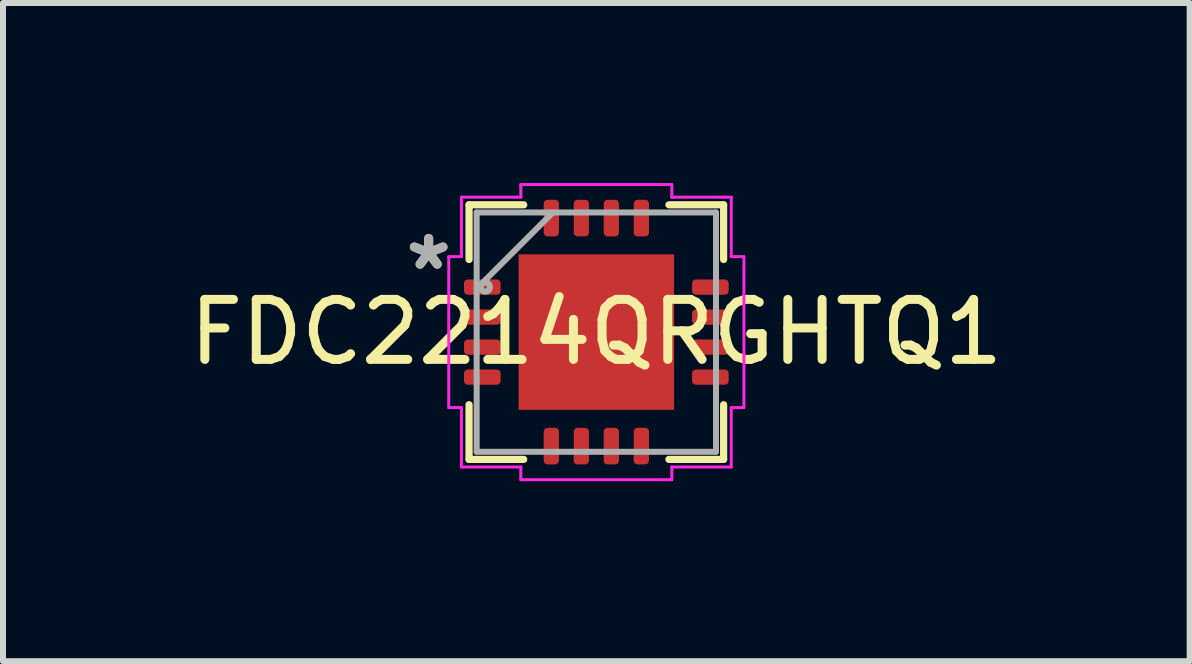
<source format=kicad_pcb>
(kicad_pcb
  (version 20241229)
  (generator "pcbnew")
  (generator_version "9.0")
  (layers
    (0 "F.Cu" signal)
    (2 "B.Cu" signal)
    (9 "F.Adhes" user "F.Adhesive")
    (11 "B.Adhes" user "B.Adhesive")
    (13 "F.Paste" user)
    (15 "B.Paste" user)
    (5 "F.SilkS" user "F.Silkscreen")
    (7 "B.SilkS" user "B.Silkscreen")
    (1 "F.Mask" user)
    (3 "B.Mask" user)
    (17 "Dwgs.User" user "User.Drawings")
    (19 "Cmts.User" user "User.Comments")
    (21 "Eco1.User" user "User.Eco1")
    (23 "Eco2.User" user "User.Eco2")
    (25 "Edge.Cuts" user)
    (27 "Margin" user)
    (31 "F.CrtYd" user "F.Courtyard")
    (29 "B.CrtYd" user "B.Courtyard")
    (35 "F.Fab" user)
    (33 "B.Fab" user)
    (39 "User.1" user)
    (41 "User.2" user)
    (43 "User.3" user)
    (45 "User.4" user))
  (footprint "FDC2214QRGHTQ1"
    (layer "F.Cu")
    (at 6.887 2.484)
    (property "Reference" "FDC2214QRGHTQ1" (at 0 0 0) (layer "F.SilkS") (effects (font (size 1 1) (thickness 0.15))))
    (attr smd)
    (fp_poly (pts (xy -1.359 -1.359) (xy -0.987 -1.359) (xy -0.987 1.359) (xy -1.359 1.359)) (stroke (width 0.1) (type solid)) (fill yes) (layer "F.Mask"))
    (fp_poly (pts (xy -1.359 -1.359) (xy 1.359 -1.359) (xy 1.359 -0.987) (xy -1.359 -0.987)) (stroke (width 0.1) (type solid)) (fill yes) (layer "F.Mask"))
    (fp_poly (pts (xy -1.359 -0.587) (xy 1.359 -0.587) (xy 1.359 -0.2) (xy -1.359 -0.2)) (stroke (width 0.1) (type solid)) (fill yes) (layer "F.Mask"))
    (fp_poly (pts (xy -1.359 0.2) (xy 1.359 0.2) (xy 1.359 0.587) (xy -1.359 0.587)) (stroke (width 0.1) (type solid)) (fill yes) (layer "F.Mask"))
    (fp_poly (pts (xy -1.359 0.987) (xy 1.359 0.987) (xy 1.359 1.359) (xy -1.359 1.359)) (stroke (width 0.1) (type solid)) (fill yes) (layer "F.Mask"))
    (fp_poly (pts (xy -0.2 -1.359) (xy -0.587 -1.359) (xy -0.587 1.359) (xy -0.2 1.359)) (stroke (width 0.1) (type solid)) (fill yes) (layer "F.Mask"))
    (fp_poly (pts (xy 0.587 -1.359) (xy 0.2 -1.359) (xy 0.2 1.359) (xy 0.587 1.359)) (stroke (width 0.1) (type solid)) (fill yes) (layer "F.Mask"))
    (fp_poly (pts (xy 0.987 -1.359) (xy 1.359 -1.359) (xy 1.359 1.359) (xy 0.987 1.359)) (stroke (width 0.1) (type solid)) (fill yes) (layer "F.Mask"))
    (fp_line (start -2.121 -2.121) (end -2.121 -1.21) (stroke (width 0.12) (type solid)) (layer "F.SilkS"))
    (fp_line (start -2.121 1.21) (end -2.121 2.121) (stroke (width 0.12) (type solid)) (layer "F.SilkS"))
    (fp_line (start -2.121 2.121) (end -1.21 2.121) (stroke (width 0.12) (type solid)) (layer "F.SilkS"))
    (fp_line (start -1.21 -2.121) (end -2.121 -2.121) (stroke (width 0.12) (type solid)) (layer "F.SilkS"))
    (fp_line (start 1.21 2.121) (end 2.121 2.121) (stroke (width 0.12) (type solid)) (layer "F.SilkS"))
    (fp_line (start 2.121 -2.121) (end 1.21 -2.121) (stroke (width 0.12) (type solid)) (layer "F.SilkS"))
    (fp_line (start 2.121 -1.21) (end 2.121 -2.121) (stroke (width 0.12) (type solid)) (layer "F.SilkS"))
    (fp_line (start 2.121 2.121) (end 2.121 1.21) (stroke (width 0.12) (type solid)) (layer "F.SilkS"))
    (fp_poly (pts (xy -1.22 -1.22) (xy -1.22 -0.887) (xy -1.029 -0.887) (xy -0.887 -1.029) (xy -0.887 -1.22)) (stroke (width 0.1) (type solid)) (fill yes) (layer "F.Paste"))
    (fp_poly (pts (xy -1.22 0.887) (xy -1.22 1.22) (xy -0.887 1.22) (xy -0.887 1.029) (xy -1.029 0.887)) (stroke (width 0.1) (type solid)) (fill yes) (layer "F.Paste"))
    (fp_poly (pts (xy 0.887 -1.22) (xy 0.887 -1.029) (xy 1.029 -0.887) (xy 1.22 -0.887) (xy 1.22 -1.22)) (stroke (width 0.1) (type solid)) (fill yes) (layer "F.Paste"))
    (fp_poly (pts (xy 1.029 0.887) (xy 0.887 1.029) (xy 0.887 1.22) (xy 1.22 1.22) (xy 1.22 0.887)) (stroke (width 0.1) (type solid)) (fill yes) (layer "F.Paste"))
    (fp_poly (pts (xy -1.22 -0.687) (xy -1.22 -0.1) (xy -1.029 -0.1) (xy -0.887 -0.241) (xy -0.887 -0.546) (xy -1.029 -0.687)) (stroke (width 0.1) (type solid)) (fill yes) (layer "F.Paste"))
    (fp_poly (pts (xy -1.22 0.1) (xy -1.22 0.687) (xy -1.029 0.687) (xy -0.887 0.546) (xy -0.887 0.241) (xy -1.029 0.1)) (stroke (width 0.1) (type solid)) (fill yes) (layer "F.Paste"))
    (fp_poly (pts (xy -0.687 -1.22) (xy -0.687 -1.029) (xy -0.546 -0.887) (xy -0.241 -0.887) (xy -0.1 -1.029) (xy -0.1 -1.22)) (stroke (width 0.1) (type solid)) (fill yes) (layer "F.Paste"))
    (fp_poly (pts (xy -0.546 0.887) (xy -0.687 1.029) (xy -0.687 1.22) (xy -0.1 1.22) (xy -0.1 1.029) (xy -0.241 0.887)) (stroke (width 0.1) (type solid)) (fill yes) (layer "F.Paste"))
    (fp_poly (pts (xy 0.1 -1.22) (xy 0.1 -1.029) (xy 0.241 -0.887) (xy 0.546 -0.887) (xy 0.687 -1.029) (xy 0.687 -1.22)) (stroke (width 0.1) (type solid)) (fill yes) (layer "F.Paste"))
    (fp_poly (pts (xy 0.241 0.887) (xy 0.1 1.029) (xy 0.1 1.22) (xy 0.687 1.22) (xy 0.687 1.029) (xy 0.546 0.887)) (stroke (width 0.1) (type solid)) (fill yes) (layer "F.Paste"))
    (fp_poly (pts (xy 1.029 -0.687) (xy 0.887 -0.546) (xy 0.887 -0.241) (xy 1.029 -0.1) (xy 1.22 -0.1) (xy 1.22 -0.687)) (stroke (width 0.1) (type solid)) (fill yes) (layer "F.Paste"))
    (fp_poly (pts (xy 1.029 0.1) (xy 0.887 0.241) (xy 0.887 0.546) (xy 1.029 0.687) (xy 1.22 0.687) (xy 1.22 0.1)) (stroke (width 0.1) (type solid)) (fill yes) (layer "F.Paste"))
    (fp_poly (pts (xy -0.546 -0.687) (xy -0.687 -0.546) (xy -0.687 -0.241) (xy -0.546 -0.1) (xy -0.241 -0.1) (xy -0.1 -0.241) (xy -0.1 -0.546) (xy -0.241 -0.687)) (stroke (width 0.1) (type solid)) (fill yes) (layer "F.Paste"))
    (fp_poly (pts (xy -0.546 0.1) (xy -0.687 0.241) (xy -0.687 0.546) (xy -0.546 0.687) (xy -0.241 0.687) (xy -0.1 0.546) (xy -0.1 0.241) (xy -0.241 0.1)) (stroke (width 0.1) (type solid)) (fill yes) (layer "F.Paste"))
    (fp_poly (pts (xy 0.241 -0.687) (xy 0.1 -0.546) (xy 0.1 -0.241) (xy 0.241 -0.1) (xy 0.546 -0.1) (xy 0.687 -0.241) (xy 0.687 -0.546) (xy 0.546 -0.687)) (stroke (width 0.1) (type solid)) (fill yes) (layer "F.Paste"))
    (fp_poly (pts (xy 0.241 0.1) (xy 0.1 0.241) (xy 0.1 0.546) (xy 0.241 0.687) (xy 0.546 0.687) (xy 0.687 0.546) (xy 0.687 0.241) (xy 0.546 0.1)) (stroke (width 0.1) (type solid)) (fill yes) (layer "F.Paste"))
    (fp_circle (center -1 0) (end -0.899 0) (stroke (width 0.152) (type solid)) (fill no) (layer "Eco1.User"))
    (fp_circle (center 0 -1) (end 0.102 -1) (stroke (width 0.152) (type solid)) (fill no) (layer "Eco1.User"))
    (fp_circle (center 0 0) (end 0.102 0) (stroke (width 0.152) (type solid)) (fill no) (layer "Eco1.User"))
    (fp_circle (center 0 1) (end 0.102 1) (stroke (width 0.152) (type solid)) (fill no) (layer "Eco1.User"))
    (fp_circle (center 1 0) (end 1.102 0) (stroke (width 0.152) (type solid)) (fill no) (layer "Eco1.User"))
    (fp_line (start -2.459 -1.258) (end -2.248 -1.258) (stroke (width 0.05) (type solid)) (layer "F.CrtYd"))
    (fp_line (start -2.459 1.258) (end -2.459 -1.258) (stroke (width 0.05) (type solid)) (layer "F.CrtYd"))
    (fp_line (start -2.248 -2.248) (end -1.258 -2.248) (stroke (width 0.05) (type solid)) (layer "F.CrtYd"))
    (fp_line (start -2.248 -1.258) (end -2.248 -2.248) (stroke (width 0.05) (type solid)) (layer "F.CrtYd"))
    (fp_line (start -2.248 1.258) (end -2.459 1.258) (stroke (width 0.05) (type solid)) (layer "F.CrtYd"))
    (fp_line (start -2.248 2.248) (end -2.248 1.258) (stroke (width 0.05) (type solid)) (layer "F.CrtYd"))
    (fp_line (start -1.258 -2.459) (end 1.258 -2.459) (stroke (width 0.05) (type solid)) (layer "F.CrtYd"))
    (fp_line (start -1.258 -2.248) (end -1.258 -2.459) (stroke (width 0.05) (type solid)) (layer "F.CrtYd"))
    (fp_line (start -1.258 2.248) (end -2.248 2.248) (stroke (width 0.05) (type solid)) (layer "F.CrtYd"))
    (fp_line (start -1.258 2.459) (end -1.258 2.248) (stroke (width 0.05) (type solid)) (layer "F.CrtYd"))
    (fp_line (start 1.258 -2.459) (end 1.258 -2.248) (stroke (width 0.05) (type solid)) (layer "F.CrtYd"))
    (fp_line (start 1.258 -2.248) (end 2.248 -2.248) (stroke (width 0.05) (type solid)) (layer "F.CrtYd"))
    (fp_line (start 1.258 2.248) (end 1.258 2.459) (stroke (width 0.05) (type solid)) (layer "F.CrtYd"))
    (fp_line (start 1.258 2.459) (end -1.258 2.459) (stroke (width 0.05) (type solid)) (layer "F.CrtYd"))
    (fp_line (start 2.248 -2.248) (end 2.248 -1.258) (stroke (width 0.05) (type solid)) (layer "F.CrtYd"))
    (fp_line (start 2.248 -1.258) (end 2.459 -1.258) (stroke (width 0.05) (type solid)) (layer "F.CrtYd"))
    (fp_line (start 2.248 1.258) (end 2.248 2.248) (stroke (width 0.05) (type solid)) (layer "F.CrtYd"))
    (fp_line (start 2.248 2.248) (end 1.258 2.248) (stroke (width 0.05) (type solid)) (layer "F.CrtYd"))
    (fp_line (start 2.459 -1.258) (end 2.459 1.258) (stroke (width 0.05) (type solid)) (layer "F.CrtYd"))
    (fp_line (start 2.459 1.258) (end 2.248 1.258) (stroke (width 0.05) (type solid)) (layer "F.CrtYd"))
    (fp_line (start -1.994 -1.994) (end -1.994 1.994) (stroke (width 0.1) (type solid)) (layer "F.Fab"))
    (fp_line (start -1.994 -0.724) (end -0.724 -1.994) (stroke (width 0.1) (type solid)) (layer "F.Fab"))
    (fp_line (start -1.994 1.994) (end 1.994 1.994) (stroke (width 0.1) (type solid)) (layer "F.Fab"))
    (fp_line (start 1.994 -1.994) (end -1.994 -1.994) (stroke (width 0.1) (type solid)) (layer "F.Fab"))
    (fp_line (start 1.994 1.994) (end 1.994 -1.994) (stroke (width 0.1) (type solid)) (layer "F.Fab"))
    (fp_circle (center -1.849 -0.75) (end -1.773 -0.75) (stroke (width 0.1) (type solid)) (fill no) (layer "F.Fab"))
    (fp_text user "*" (at -2.794 -1.016 0) (layer "F.SilkS") (effects (font (size 1 1) (thickness 0.15))))
    (fp_text user "*" (at -2.794 -1.016 0) (layer "F.Fab") (effects (font (size 1 1) (thickness 0.15))))
    (pad "1" smd roundrect (at -1.9 -0.75) (size 0.61 0.254) (layers "F.Cu" "F.Mask" "F.Paste") (roundrect_rratio 0.25))
    (pad "2" smd roundrect (at -1.9 -0.25) (size 0.61 0.254) (layers "F.Cu" "F.Mask" "F.Paste") (roundrect_rratio 0.25))
    (pad "3" smd roundrect (at -1.9 0.25) (size 0.61 0.254) (layers "F.Cu" "F.Mask" "F.Paste") (roundrect_rratio 0.25))
    (pad "4" smd roundrect (at -1.9 0.75) (size 0.61 0.254) (layers "F.Cu" "F.Mask" "F.Paste") (roundrect_rratio 0.25))
    (pad "5" smd roundrect (at -0.75 1.9 90) (size 0.61 0.254) (layers "F.Cu" "F.Mask" "F.Paste") (roundrect_rratio 0.25))
    (pad "6" smd roundrect (at -0.25 1.9 90) (size 0.61 0.254) (layers "F.Cu" "F.Mask" "F.Paste") (roundrect_rratio 0.25))
    (pad "7" smd roundrect (at 0.25 1.9 90) (size 0.61 0.254) (layers "F.Cu" "F.Mask" "F.Paste") (roundrect_rratio 0.25))
    (pad "8" smd roundrect (at 0.75 1.9 90) (size 0.61 0.254) (layers "F.Cu" "F.Mask" "F.Paste") (roundrect_rratio 0.25))
    (pad "9" smd roundrect (at 1.9 0.75) (size 0.61 0.254) (layers "F.Cu" "F.Mask" "F.Paste") (roundrect_rratio 0.25))
    (pad "10" smd roundrect (at 1.9 0.25) (size 0.61 0.254) (layers "F.Cu" "F.Mask" "F.Paste") (roundrect_rratio 0.25))
    (pad "11" smd roundrect (at 1.9 -0.25) (size 0.61 0.254) (layers "F.Cu" "F.Mask" "F.Paste") (roundrect_rratio 0.25))
    (pad "12" smd roundrect (at 1.9 -0.75) (size 0.61 0.254) (layers "F.Cu" "F.Mask" "F.Paste") (roundrect_rratio 0.25))
    (pad "13" smd roundrect (at 0.75 -1.9 90) (size 0.61 0.254) (layers "F.Cu" "F.Mask" "F.Paste") (roundrect_rratio 0.25))
    (pad "14" smd roundrect (at 0.25 -1.9 90) (size 0.61 0.254) (layers "F.Cu" "F.Mask" "F.Paste") (roundrect_rratio 0.25))
    (pad "15" smd roundrect (at -0.25 -1.9 90) (size 0.61 0.254) (layers "F.Cu" "F.Mask" "F.Paste") (roundrect_rratio 0.25))
    (pad "16" smd roundrect (at -0.75 -1.9 90) (size 0.61 0.254) (layers "F.Cu" "F.Mask" "F.Paste") (roundrect_rratio 0.25))
    (pad "17" smd rect (at 0 0) (size 2.591 2.591) (layers "F.Cu" "F.Mask" "F.Paste")))
  (gr_rect
    (start -3 -3)
    (end 16.774 7.968)
    (stroke (width 0.1) (type default))
    (fill no)
    (layer "Edge.Cuts")))
</source>
